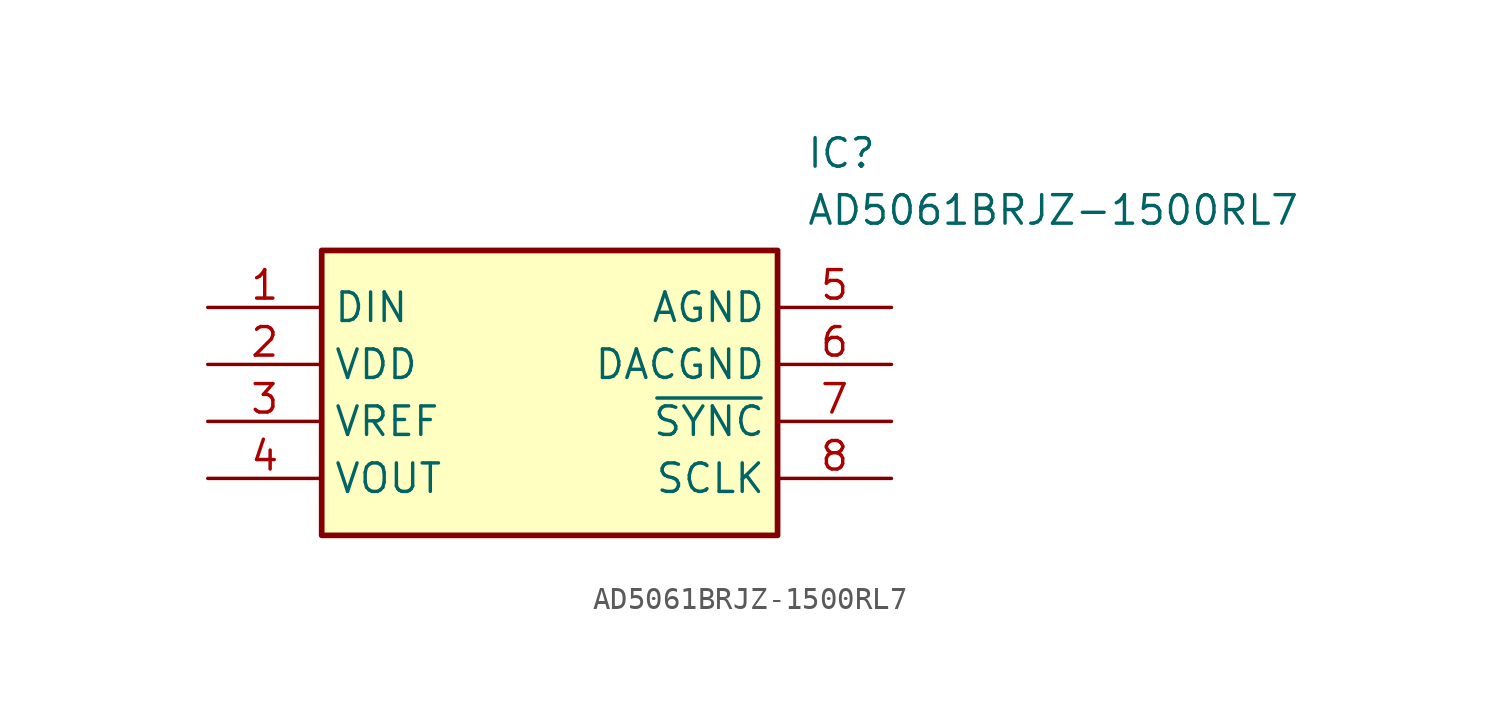
<source format=kicad_sym>
(kicad_symbol_lib
  (version 20211014)
  (generator SamacSys_ECAD_Model)
  (symbol "AD5061BRJZ-1500RL7"
    (property "Reference" "IC"
      (at 26.67 7.62 0)
      (effects (font (size 1.27 1.27)) (justify left top)))
    (property "Value" "AD5061BRJZ-1500RL7"
      (at 26.67 5.08 0)
      (effects (font (size 1.27 1.27)) (justify left top)))
    (rectangle
      (start 5.08 2.54)
      (end 25.4 -10.16)
      (stroke (width 0.254) (type default))
      (fill (type background)))
    (pin passive line
      (at 0 0 0)
      (length 5.08)
      (name "DIN" (effects (font (size 1.27 1.27))))
      (number "1" (effects (font (size 1.27 1.27)))))
    (pin passive line
      (at 0 -2.54 0)
      (length 5.08)
      (name "VDD" (effects (font (size 1.27 1.27))))
      (number "2" (effects (font (size 1.27 1.27)))))
    (pin passive line
      (at 0 -5.08 0)
      (length 5.08)
      (name "VREF" (effects (font (size 1.27 1.27))))
      (number "3" (effects (font (size 1.27 1.27)))))
    (pin passive line
      (at 0 -7.62 0)
      (length 5.08)
      (name "VOUT" (effects (font (size 1.27 1.27))))
      (number "4" (effects (font (size 1.27 1.27)))))
    (pin passive line
      (at 30.48 0 180)
      (length 5.08)
      (name "AGND" (effects (font (size 1.27 1.27))))
      (number "5" (effects (font (size 1.27 1.27)))))
    (pin passive line
      (at 30.48 -2.54 180)
      (length 5.08)
      (name "DACGND" (effects (font (size 1.27 1.27))))
      (number "6" (effects (font (size 1.27 1.27)))))
    (pin passive line
      (at 30.48 -5.08 180)
      (length 5.08)
      (name "~{SYNC}" (effects (font (size 1.27 1.27))))
      (number "7" (effects (font (size 1.27 1.27)))))
    (pin passive line
      (at 30.48 -7.62 180)
      (length 5.08)
      (name "SCLK" (effects (font (size 1.27 1.27))))
      (number "8" (effects (font (size 1.27 1.27)))))))
</source>
